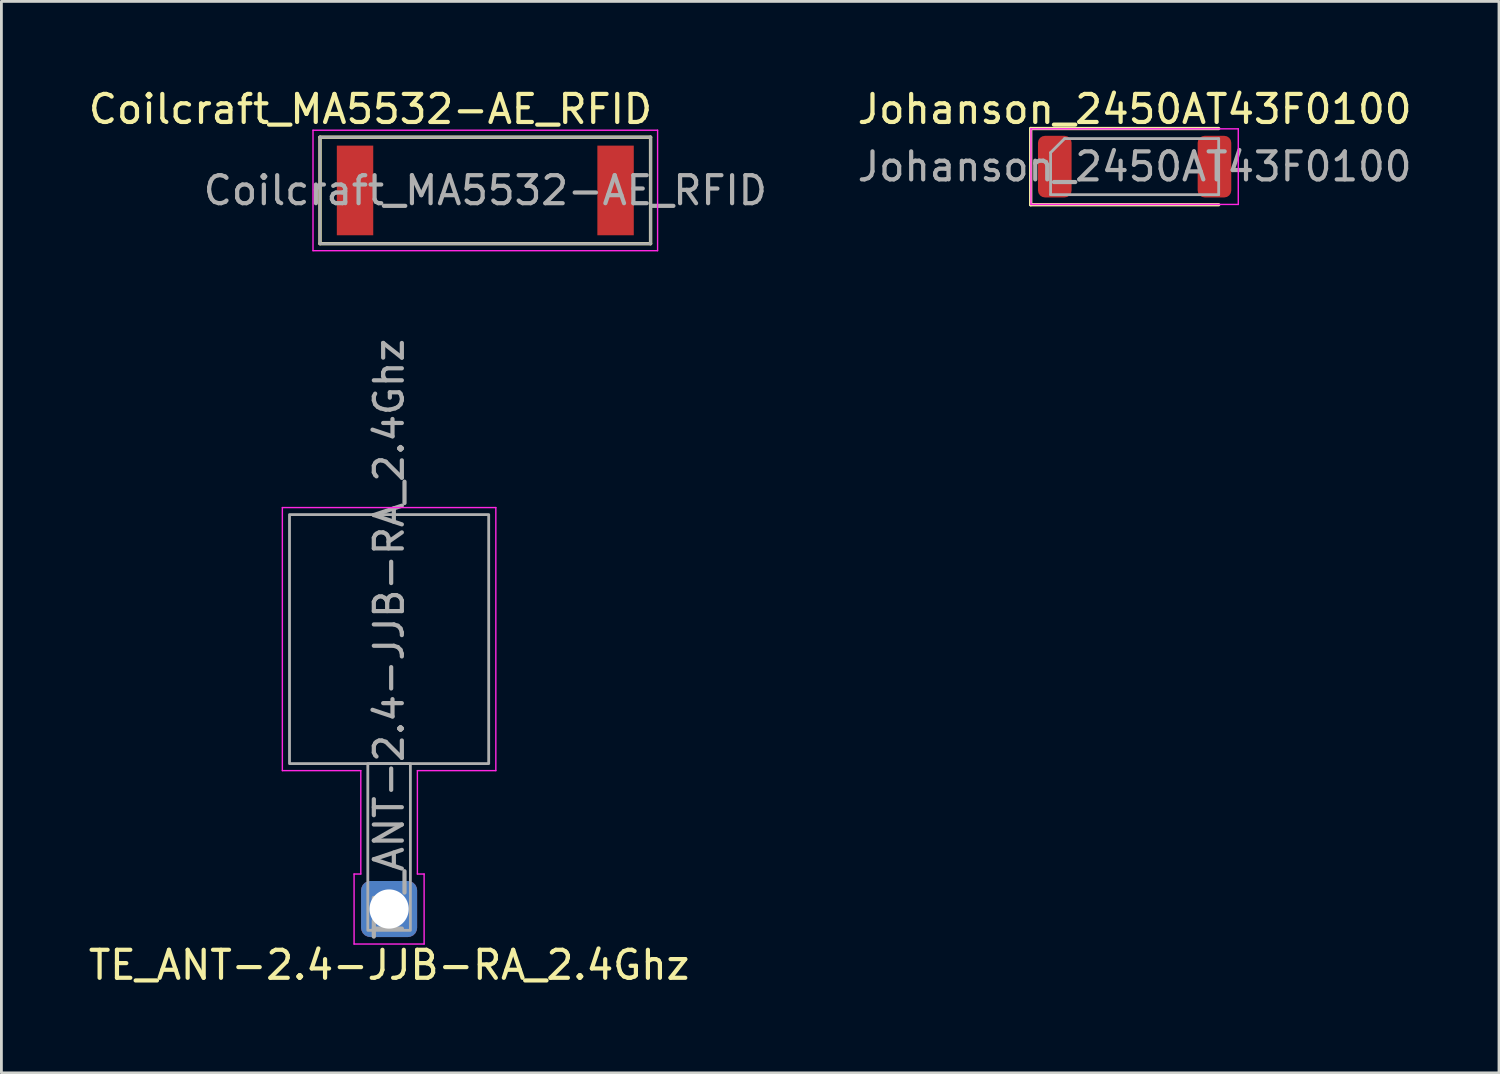
<source format=kicad_pcb>
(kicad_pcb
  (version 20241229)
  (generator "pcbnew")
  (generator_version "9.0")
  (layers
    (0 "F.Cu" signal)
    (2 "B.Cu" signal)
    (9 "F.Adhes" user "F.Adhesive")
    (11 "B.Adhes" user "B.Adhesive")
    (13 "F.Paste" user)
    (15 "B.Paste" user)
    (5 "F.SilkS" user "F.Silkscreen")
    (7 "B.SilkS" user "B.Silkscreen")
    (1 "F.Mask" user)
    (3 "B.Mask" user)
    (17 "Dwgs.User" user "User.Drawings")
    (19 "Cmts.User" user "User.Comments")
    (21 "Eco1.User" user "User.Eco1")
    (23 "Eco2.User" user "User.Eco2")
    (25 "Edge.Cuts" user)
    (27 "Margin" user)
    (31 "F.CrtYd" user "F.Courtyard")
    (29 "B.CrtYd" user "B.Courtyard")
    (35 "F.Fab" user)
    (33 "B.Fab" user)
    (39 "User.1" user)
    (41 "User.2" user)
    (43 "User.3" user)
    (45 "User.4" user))
  (footprint "Coilcraft_MA5532-AE_RFID"
    (layer "F.Cu")
    (at 14.273 3.748)
    (property "Reference" "Coilcraft_MA5532-AE_RFID" (at -4.1 -2.9 0) (layer "F.SilkS") (effects (font (size 1 1) (thickness 0.15))))
    (attr smd)
    (fp_line (start -5.9 -1.9) (end -5.9 1.9) (stroke (width 0.12) (type solid)) (layer "F.SilkS"))
    (fp_line (start -5.9 1.9) (end 5.9 1.9) (stroke (width 0.12) (type solid)) (layer "F.SilkS"))
    (fp_line (start 5.9 -1.9) (end -5.9 -1.9) (stroke (width 0.12) (type solid)) (layer "F.SilkS"))
    (fp_line (start 5.9 1.9) (end 5.9 -1.9) (stroke (width 0.12) (type solid)) (layer "F.SilkS"))
    (fp_line (start -6.15 -2.15) (end -6.15 2.15) (stroke (width 0.05) (type solid)) (layer "F.CrtYd"))
    (fp_line (start -6.15 2.15) (end 6.15 2.15) (stroke (width 0.05) (type solid)) (layer "F.CrtYd"))
    (fp_line (start 6.15 -2.15) (end -6.15 -2.15) (stroke (width 0.05) (type solid)) (layer "F.CrtYd"))
    (fp_line (start 6.15 2.15) (end 6.15 -2.15) (stroke (width 0.05) (type solid)) (layer "F.CrtYd"))
    (fp_line (start -5.9 -1.9) (end 5.9 -1.9) (stroke (width 0.1) (type solid)) (layer "F.Fab"))
    (fp_line (start -5.9 1.9) (end -5.9 -1.9) (stroke (width 0.1) (type solid)) (layer "F.Fab"))
    (fp_line (start 5.9 -1.9) (end 5.9 1.9) (stroke (width 0.1) (type solid)) (layer "F.Fab"))
    (fp_line (start 5.9 1.9) (end -5.9 1.9) (stroke (width 0.1) (type solid)) (layer "F.Fab"))
    (fp_text user "${REFERENCE}" (at 0 0 0) (layer "F.Fab") (effects (font (size 1 1) (thickness 0.15))))
    (pad "1" smd rect (at -4.65 0) (size 1.3 3.2) (layers "F.Cu" "F.Mask" "F.Paste"))
    (pad "2" smd rect (at 4.65 0) (size 1.3 3.2) (layers "F.Cu" "F.Mask" "F.Paste")))
  (footprint "Johanson_2450AT43F0100"
    (layer "F.Cu")
    (at 37.451 2.898)
    (property "Reference" "Johanson_2450AT43F0100" (at 0 -2.05 0) (layer "F.SilkS") (effects (font (size 1 1) (thickness 0.15))))
    (attr smd)
    (fp_line (start -3.71 -1.36) (end -3.71 1.36) (stroke (width 0.12) (type solid)) (layer "F.SilkS"))
    (fp_line (start -3.71 1.36) (end 3 1.36) (stroke (width 0.12) (type solid)) (layer "F.SilkS"))
    (fp_line (start 3 -1.36) (end -3.71 -1.36) (stroke (width 0.12) (type solid)) (layer "F.SilkS"))
    (fp_line (start -3.7 -1.35) (end 3.7 -1.35) (stroke (width 0.05) (type solid)) (layer "F.CrtYd"))
    (fp_line (start -3.7 1.35) (end -3.7 -1.35) (stroke (width 0.05) (type solid)) (layer "F.CrtYd"))
    (fp_line (start 3.7 -1.35) (end 3.7 1.35) (stroke (width 0.05) (type solid)) (layer "F.CrtYd"))
    (fp_line (start 3.7 1.35) (end -3.7 1.35) (stroke (width 0.05) (type solid)) (layer "F.CrtYd"))
    (fp_line (start -3 -0.5) (end -3 1) (stroke (width 0.1) (type solid)) (layer "F.Fab"))
    (fp_line (start -3 1) (end 3 1) (stroke (width 0.1) (type solid)) (layer "F.Fab"))
    (fp_line (start -2.5 -1) (end -3 -0.5) (stroke (width 0.1) (type solid)) (layer "F.Fab"))
    (fp_line (start 3 -1) (end -2.5 -1) (stroke (width 0.1) (type solid)) (layer "F.Fab"))
    (fp_line (start 3 1) (end 3 -1) (stroke (width 0.1) (type solid)) (layer "F.Fab"))
    (fp_text user "${REFERENCE}" (at 0 0 0) (layer "F.Fab") (effects (font (size 1 1) (thickness 0.15))))
    (pad "1" smd roundrect (at -2.85 0) (size 1.2 2.2) (layers "F.Cu" "F.Mask" "F.Paste") (roundrect_rratio 0.208))
    (pad "2" smd roundrect (at 2.85 0) (size 1.2 2.2) (layers "F.Cu" "F.Mask" "F.Paste") (roundrect_rratio 0.208)))
  (footprint "TE_ANT-2.4-JJB-RA_2.4Ghz"
    (layer "F.Cu")
    (at 10.839 29.398)
    (property "Reference" "TE_ANT-2.4-JJB-RA_2.4Ghz" (at 0 2 0) (unlocked yes) (layer "F.SilkS") (effects (font (size 1 1) (thickness 0.15))))
    (attr through_hole)
    (fp_line (start -3.81 -14.33) (end -3.81 -4.94) (stroke (width 0.05) (type default)) (layer "F.CrtYd"))
    (fp_line (start -3.81 -4.94) (end -1.01 -4.94) (stroke (width 0.05) (type default)) (layer "F.CrtYd"))
    (fp_line (start -1.25 -1.25) (end -1.01 -1.25) (stroke (width 0.05) (type default)) (layer "F.CrtYd"))
    (fp_line (start -1.25 1.25) (end -1.25 -1.25) (stroke (width 0.05) (type default)) (layer "F.CrtYd"))
    (fp_line (start -1.01 -1.25) (end -1.01 -4.94) (stroke (width 0.05) (type default)) (layer "F.CrtYd"))
    (fp_line (start 1.01 -4.94) (end 3.81 -4.94) (stroke (width 0.05) (type default)) (layer "F.CrtYd"))
    (fp_line (start 1.01 -1.25) (end 1.01 -4.94) (stroke (width 0.05) (type default)) (layer "F.CrtYd"))
    (fp_line (start 1.01 -1.25) (end 1.25 -1.25) (stroke (width 0.05) (type default)) (layer "F.CrtYd"))
    (fp_line (start 1.25 -1.25) (end 1.25 1.25) (stroke (width 0.05) (type default)) (layer "F.CrtYd"))
    (fp_line (start 1.25 1.25) (end -1.25 1.25) (stroke (width 0.05) (type default)) (layer "F.CrtYd"))
    (fp_line (start 3.81 -14.33) (end -3.81 -14.33) (stroke (width 0.05) (type default)) (layer "F.CrtYd"))
    (fp_line (start 3.81 -4.94) (end 3.81 -14.33) (stroke (width 0.05) (type default)) (layer "F.CrtYd"))
    (fp_rect (start -3.555 -14.08) (end 3.555 -5.19) (stroke (width 0.1) (type default)) (fill no) (layer "F.Fab"))
    (fp_rect (start -0.76 0.76) (end 0.76 -5.19) (stroke (width 0.1) (type default)) (fill no) (layer "F.Fab"))
    (fp_text user "${REFERENCE}" (at 0 -9.635 90) (unlocked yes) (layer "F.Fab") (effects (font (size 1 1) (thickness 0.15))))
    (pad "1" thru_hole roundrect (at 0 0) (size 2 2) (drill 1.4) (layers "*.Cu" "*.Mask") (roundrect_rratio 0.164)))
  (gr_rect
    (start -3 -3)
    (end 50.457 35.246)
    (stroke (width 0.1) (type default))
    (fill no)
    (layer "Edge.Cuts")))
</source>
